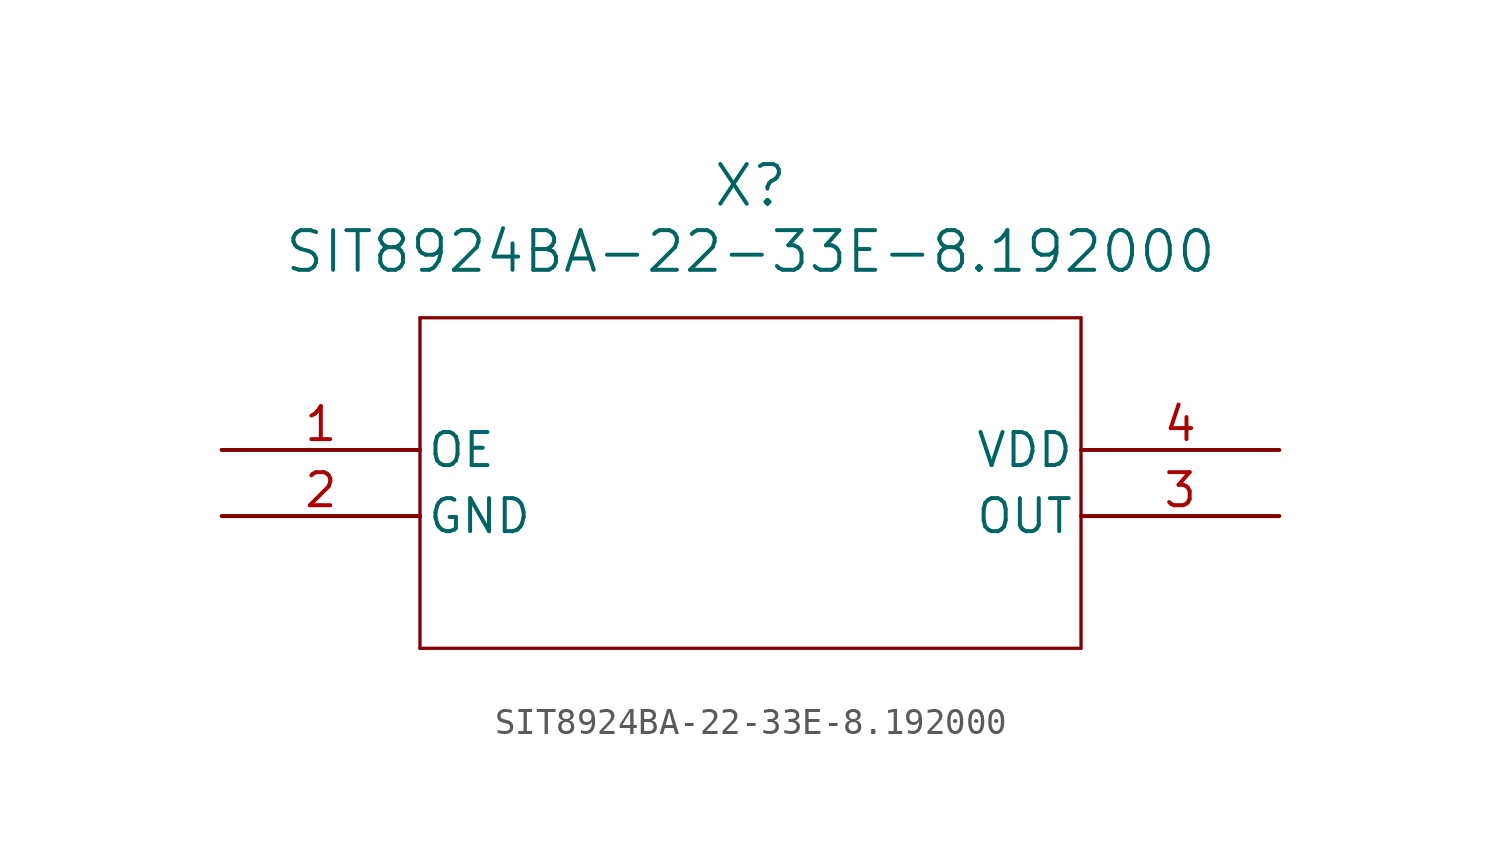
<source format=kicad_sym>
(kicad_symbol_lib
  (version 20211014)
  (generator kicad_symbol_editor)
  (symbol "SIT8924BA-22-33E-8.192000"
    (pin_names
      (offset 0.254))
    (property "Reference" "X"
      (at 20.32 10.16 0)
      (effects (font (size 1.524 1.524))))
    (property "Value" "SIT8924BA-22-33E-8.192000"
      (at 20.32 7.62 0)
      (effects (font (size 1.524 1.524))))
    (symbol "SIT8924BA-22-33E-8.192000_0_1"
      (polyline (pts (xy 7.62 5.08) (xy 7.62 -7.62)) (stroke (width 0.127) (type default) (color 0 0 0 0)) (fill (type none)))
      (polyline (pts (xy 7.62 -7.62) (xy 33.02 -7.62)) (stroke (width 0.127) (type default) (color 0 0 0 0)) (fill (type none)))
      (polyline (pts (xy 33.02 -7.62) (xy 33.02 5.08)) (stroke (width 0.127) (type default) (color 0 0 0 0)) (fill (type none)))
      (polyline (pts (xy 33.02 5.08) (xy 7.62 5.08)) (stroke (width 0.127) (type default) (color 0 0 0 0)) (fill (type none)))
      (pin output line (at 0 0 0) (length 7.62) (name "OE" (effects (font (size 1.27 1.27)))) (number "1" (effects (font (size 1.27 1.27)))))
      (pin power_out line (at 0 -2.54 0) (length 7.62) (name "GND" (effects (font (size 1.27 1.27)))) (number "2" (effects (font (size 1.27 1.27)))))
      (pin output line (at 40.64 -2.54 180) (length 7.62) (name "OUT" (effects (font (size 1.27 1.27)))) (number "3" (effects (font (size 1.27 1.27)))))
      (pin power_in line (at 40.64 0 180) (length 7.62) (name "VDD" (effects (font (size 1.27 1.27)))) (number "4" (effects (font (size 1.27 1.27))))))))
</source>
